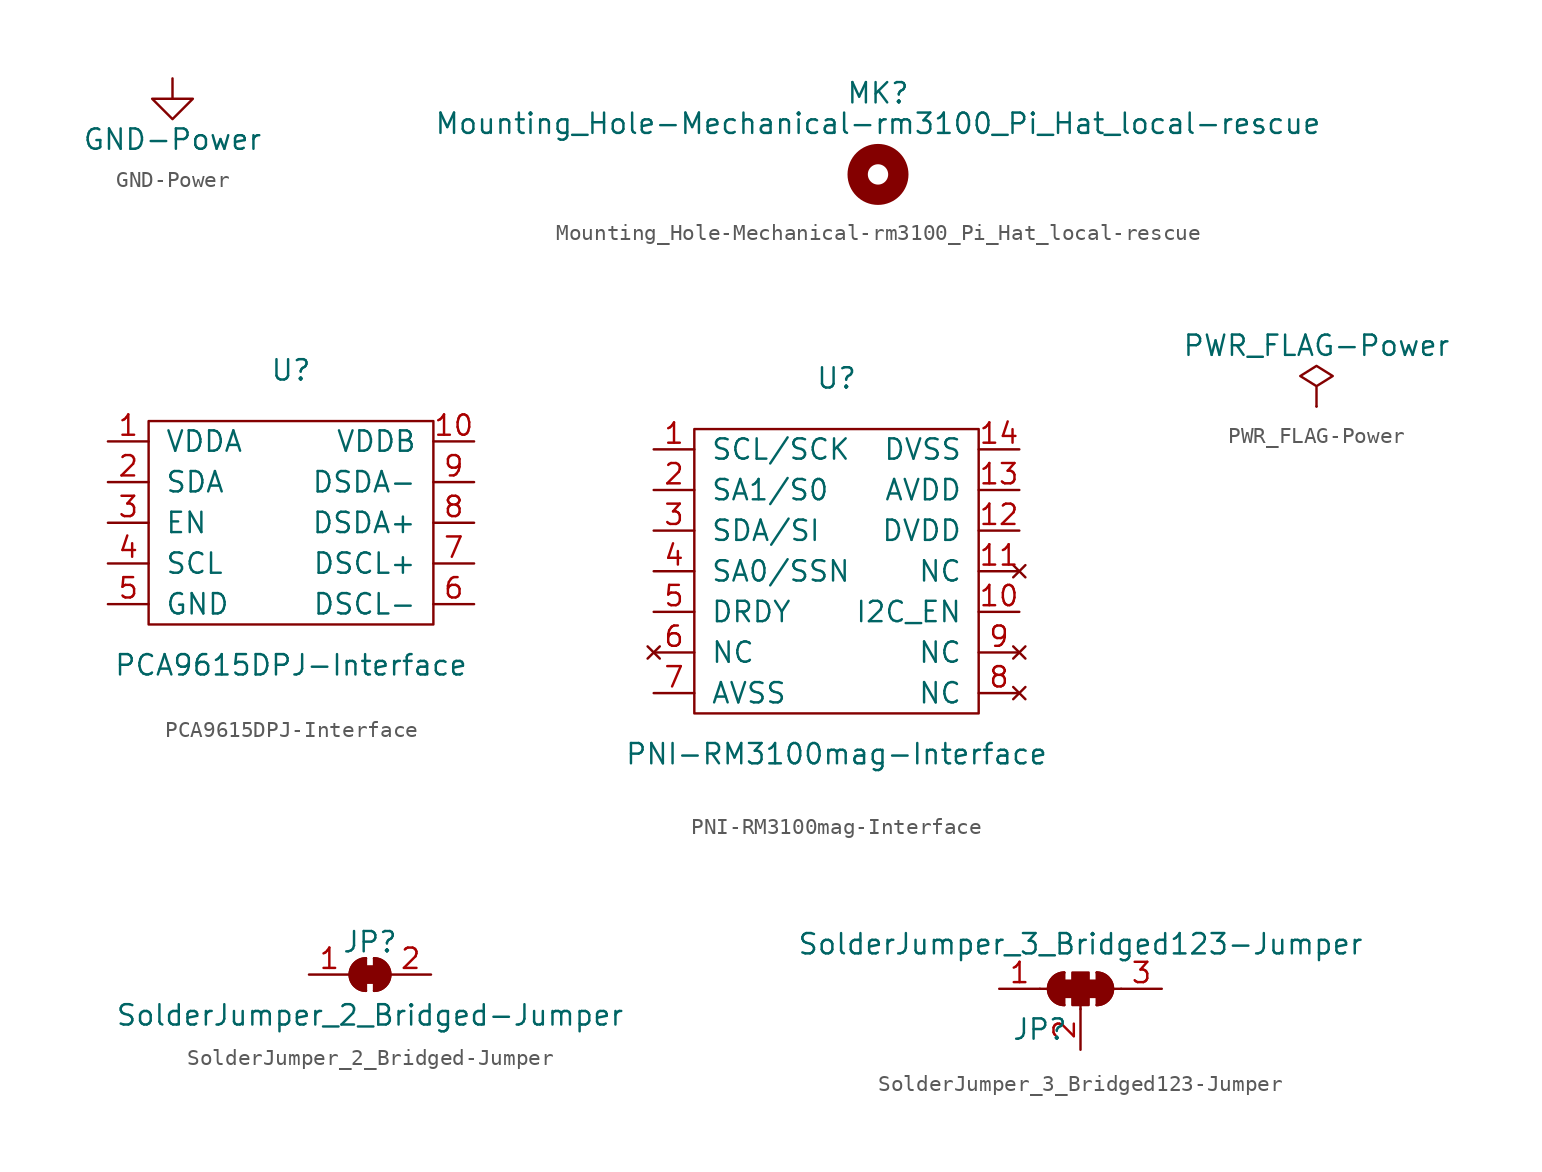
<source format=kicad_sym>
(kicad_symbol_lib
  (version 20220914)
  (generator kicad_symbol_editor)
  (symbol "GND-Power"
    (power)
    (pin_names
      (offset 0))
    (property "Reference" "#PWR"
      (at 0 -6.35 0)
      (effects (font (size 1.27 1.27)) hide))
    (property "Value" "GND-Power"
      (at 0 -3.81 0)
      (effects (font (size 1.27 1.27))))
    (symbol "GND-Power_0_1"
      (polyline (pts (xy 0 0) (xy 0 -1.27) (xy 1.27 -1.27) (xy 0 -2.54) (xy -1.27 -1.27) (xy 0 -1.27)) (stroke (width 0) (type solid)) (fill (type none))))
    (symbol "GND-Power_1_1"
      (pin power_in line (at 0 0 270) (length 0) hide (name "GND" (effects (font (size 1.27 1.27)))) (number "1" (effects (font (size 1.27 1.27)))))))
  (symbol "Mounting_Hole-Mechanical-rm3100_Pi_Hat_local-rescue"
    (pin_names
      (offset 1.016))
    (property "Reference" "MK"
      (at 0 5.08 0)
      (effects (font (size 1.27 1.27))))
    (property "Value" "Mounting_Hole-Mechanical-rm3100_Pi_Hat_local-rescue"
      (at 0 3.175 0)
      (effects (font (size 1.27 1.27))))
    (symbol "Mounting_Hole-Mechanical-rm3100_Pi_Hat_local-rescue_0_1"
      (circle (center 0 0) (radius 1.27) (stroke (width 1.27) (type solid)) (fill (type none)))))
  (symbol "PCA9615DPJ-Interface"
    (pin_names
      (offset 1.016))
    (property "Reference" "U"
      (at 0 9.525 0)
      (effects (font (size 1.27 1.27))))
    (property "Value" "PCA9615DPJ-Interface"
      (at 0 -8.89 0)
      (effects (font (size 1.27 1.27))))
    (symbol "PCA9615DPJ-Interface_0_1"
      (polyline (pts (xy -8.89 6.35) (xy 8.89 6.35) (xy 8.89 -6.35) (xy -1.27 -6.35) (xy -8.89 -6.35) (xy -8.89 6.35)) (stroke (width 0) (type solid)) (fill (type none))))
    (symbol "PCA9615DPJ-Interface_1_1"
      (pin input line (at -11.43 5.08 0) (length 2.54) (name "VDDA" (effects (font (size 1.27 1.27)))) (number "1" (effects (font (size 1.27 1.27)))))
      (pin input line (at 11.43 5.08 180) (length 2.54) (name "VDDB" (effects (font (size 1.27 1.27)))) (number "10" (effects (font (size 1.27 1.27)))))
      (pin input line (at -11.43 2.54 0) (length 2.54) (name "SDA" (effects (font (size 1.27 1.27)))) (number "2" (effects (font (size 1.27 1.27)))))
      (pin input line (at -11.43 0 0) (length 2.54) (name "EN" (effects (font (size 1.27 1.27)))) (number "3" (effects (font (size 1.27 1.27)))))
      (pin input line (at -11.43 -2.54 0) (length 2.54) (name "SCL" (effects (font (size 1.27 1.27)))) (number "4" (effects (font (size 1.27 1.27)))))
      (pin input line (at -11.43 -5.08 0) (length 2.54) (name "GND" (effects (font (size 1.27 1.27)))) (number "5" (effects (font (size 1.27 1.27)))))
      (pin input line (at 11.43 -5.08 180) (length 2.54) (name "DSCL-" (effects (font (size 1.27 1.27)))) (number "6" (effects (font (size 1.27 1.27)))))
      (pin bidirectional line (at 11.43 -2.54 180) (length 2.54) (name "DSCL+" (effects (font (size 1.27 1.27)))) (number "7" (effects (font (size 1.27 1.27)))))
      (pin input line (at 11.43 0 180) (length 2.54) (name "DSDA+" (effects (font (size 1.27 1.27)))) (number "8" (effects (font (size 1.27 1.27)))))
      (pin input line (at 11.43 2.54 180) (length 2.54) (name "DSDA-" (effects (font (size 1.27 1.27)))) (number "9" (effects (font (size 1.27 1.27)))))))
  (symbol "PNI-RM3100mag-Interface"
    (pin_names
      (offset 1.016))
    (property "Reference" "U"
      (at 0 9.525 0)
      (effects (font (size 1.27 1.27))))
    (property "Value" "PNI-RM3100mag-Interface"
      (at 0 -13.97 0)
      (effects (font (size 1.27 1.27))))
    (symbol "PNI-RM3100mag-Interface_0_1"
      (polyline (pts (xy -8.89 6.35) (xy 8.89 6.35) (xy 8.89 -11.43) (xy -1.27 -11.43) (xy -8.89 -11.43) (xy -8.89 6.35)) (stroke (width 0) (type solid)) (fill (type none))))
    (symbol "PNI-RM3100mag-Interface_1_1"
      (pin passive line (at -11.43 5.08 0) (length 2.54) (name "SCL/SCK" (effects (font (size 1.27 1.27)))) (number "1" (effects (font (size 1.27 1.27)))))
      (pin passive line (at 11.43 -5.08 180) (length 2.54) (name "I2C_EN" (effects (font (size 1.27 1.27)))) (number "10" (effects (font (size 1.27 1.27)))))
      (pin no_connect line (at 11.43 -2.54 180) (length 2.54) (name "NC" (effects (font (size 1.27 1.27)))) (number "11" (effects (font (size 1.27 1.27)))))
      (pin passive line (at 11.43 0 180) (length 2.54) (name "DVDD" (effects (font (size 1.27 1.27)))) (number "12" (effects (font (size 1.27 1.27)))))
      (pin passive line (at 11.43 2.54 180) (length 2.54) (name "AVDD" (effects (font (size 1.27 1.27)))) (number "13" (effects (font (size 1.27 1.27)))))
      (pin passive line (at 11.43 5.08 180) (length 2.54) (name "DVSS" (effects (font (size 1.27 1.27)))) (number "14" (effects (font (size 1.27 1.27)))))
      (pin passive line (at -11.43 2.54 0) (length 2.54) (name "SA1/S0" (effects (font (size 1.27 1.27)))) (number "2" (effects (font (size 1.27 1.27)))))
      (pin passive line (at -11.43 0 0) (length 2.54) (name "SDA/SI" (effects (font (size 1.27 1.27)))) (number "3" (effects (font (size 1.27 1.27)))))
      (pin passive line (at -11.43 -2.54 0) (length 2.54) (name "SA0/SSN" (effects (font (size 1.27 1.27)))) (number "4" (effects (font (size 1.27 1.27)))))
      (pin output line (at -11.43 -5.08 0) (length 2.54) (name "DRDY" (effects (font (size 1.27 1.27)))) (number "5" (effects (font (size 1.27 1.27)))))
      (pin no_connect line (at -11.43 -7.62 0) (length 2.54) (name "NC" (effects (font (size 1.27 1.27)))) (number "6" (effects (font (size 1.27 1.27)))))
      (pin passive line (at -11.43 -10.16 0) (length 2.54) (name "AVSS" (effects (font (size 1.27 1.27)))) (number "7" (effects (font (size 1.27 1.27)))))
      (pin no_connect line (at 11.43 -10.16 180) (length 2.54) (name "NC" (effects (font (size 1.27 1.27)))) (number "8" (effects (font (size 1.27 1.27)))))
      (pin no_connect line (at 11.43 -7.62 180) (length 2.54) (name "NC" (effects (font (size 1.27 1.27)))) (number "9" (effects (font (size 1.27 1.27)))))))
  (symbol "PWR_FLAG-Power"
    (power)
    (pin_numbers hide)
    (pin_names
      (offset 0) hide)
    (property "Reference" "#FLG"
      (at 0 1.905 0)
      (effects (font (size 1.27 1.27)) hide))
    (property "Value" "PWR_FLAG-Power"
      (at 0 3.81 0)
      (effects (font (size 1.27 1.27))))
    (symbol "PWR_FLAG-Power_0_0"
      (pin power_out line (at 0 0 90) (length 0) (name "pwr" (effects (font (size 1.27 1.27)))) (number "1" (effects (font (size 1.27 1.27))))))
    (symbol "PWR_FLAG-Power_0_1"
      (polyline (pts (xy 0 0) (xy 0 1.27) (xy -1.016 1.905) (xy 0 2.54) (xy 1.016 1.905) (xy 0 1.27)) (stroke (width 0) (type solid)) (fill (type none)))))
  (symbol "SolderJumper_2_Bridged-Jumper"
    (pin_names
      (offset 0) hide)
    (property "Reference" "JP"
      (at 0 2.032 0)
      (effects (font (size 1.27 1.27))))
    (property "Value" "SolderJumper_2_Bridged-Jumper"
      (at 0 -2.54 0)
      (effects (font (size 1.27 1.27))))
    (symbol "SolderJumper_2_Bridged-Jumper_0_1"
      (rectangle (start -0.508 0.508) (end 0.508 -0.508) (stroke (width 0) (type solid)) (fill (type outline)))
      (arc (start -0.254 1.016) (mid -1.2656 0) (end -0.254 -1.016) (stroke (width 0) (type solid)) (fill (type none)))
      (arc (start -0.254 1.016) (mid -1.2656 0) (end -0.254 -1.016) (stroke (width 0) (type solid)) (fill (type outline)))
      (polyline (pts (xy -0.254 1.016) (xy -0.254 -1.016)) (stroke (width 0) (type solid)) (fill (type none)))
      (polyline (pts (xy 0.254 1.016) (xy 0.254 -1.016)) (stroke (width 0) (type solid)) (fill (type none)))
      (arc (start 0.254 -1.016) (mid 1.2656 0) (end 0.254 1.016) (stroke (width 0) (type solid)) (fill (type none)))
      (arc (start 0.254 -1.016) (mid 1.2656 0) (end 0.254 1.016) (stroke (width 0) (type solid)) (fill (type outline))))
    (symbol "SolderJumper_2_Bridged-Jumper_1_1"
      (pin passive line (at -3.81 0 0) (length 2.54) (name "A" (effects (font (size 1.27 1.27)))) (number "1" (effects (font (size 1.27 1.27)))))
      (pin passive line (at 3.81 0 180) (length 2.54) (name "B" (effects (font (size 1.27 1.27)))) (number "2" (effects (font (size 1.27 1.27)))))))
  (symbol "SolderJumper_3_Bridged123-Jumper"
    (pin_names
      (offset 0) hide)
    (property "Reference" "JP"
      (at -2.54 -2.54 0)
      (effects (font (size 1.27 1.27))))
    (property "Value" "SolderJumper_3_Bridged123-Jumper"
      (at 0 2.794 0)
      (effects (font (size 1.27 1.27))))
    (symbol "SolderJumper_3_Bridged123-Jumper_0_1"
      (rectangle (start -1.016 0.508) (end -0.508 -0.508) (stroke (width 0) (type solid)) (fill (type outline)))
      (arc (start -1.016 1.016) (mid -2.0276 0) (end -1.016 -1.016) (stroke (width 0) (type solid)) (fill (type none)))
      (arc (start -1.016 1.016) (mid -2.0276 0) (end -1.016 -1.016) (stroke (width 0) (type solid)) (fill (type outline)))
      (rectangle (start -0.508 1.016) (end 0.508 -1.016) (stroke (width 0) (type solid)) (fill (type outline)))
      (polyline (pts (xy -2.54 0) (xy -2.032 0)) (stroke (width 0) (type solid)) (fill (type none)))
      (polyline (pts (xy -1.016 1.016) (xy -1.016 -1.016)) (stroke (width 0) (type solid)) (fill (type none)))
      (polyline (pts (xy 0 -1.27) (xy 0 -1.016)) (stroke (width 0) (type solid)) (fill (type none)))
      (polyline (pts (xy 1.016 1.016) (xy 1.016 -1.016)) (stroke (width 0) (type solid)) (fill (type none)))
      (polyline (pts (xy 2.54 0) (xy 2.032 0)) (stroke (width 0) (type solid)) (fill (type none)))
      (rectangle (start 0.508 0.508) (end 1.016 -0.508) (stroke (width 0) (type solid)) (fill (type outline)))
      (arc (start 1.016 -1.016) (mid 2.0276 0) (end 1.016 1.016) (stroke (width 0) (type solid)) (fill (type none)))
      (arc (start 1.016 -1.016) (mid 2.0276 0) (end 1.016 1.016) (stroke (width 0) (type solid)) (fill (type outline))))
    (symbol "SolderJumper_3_Bridged123-Jumper_1_1"
      (pin passive line (at -5.08 0 0) (length 2.54) (name "A" (effects (font (size 1.27 1.27)))) (number "1" (effects (font (size 1.27 1.27)))))
      (pin input line (at 0 -3.81 90) (length 2.54) (name "C" (effects (font (size 1.27 1.27)))) (number "2" (effects (font (size 1.27 1.27)))))
      (pin passive line (at 5.08 0 180) (length 2.54) (name "B" (effects (font (size 1.27 1.27)))) (number "3" (effects (font (size 1.27 1.27))))))))
</source>
